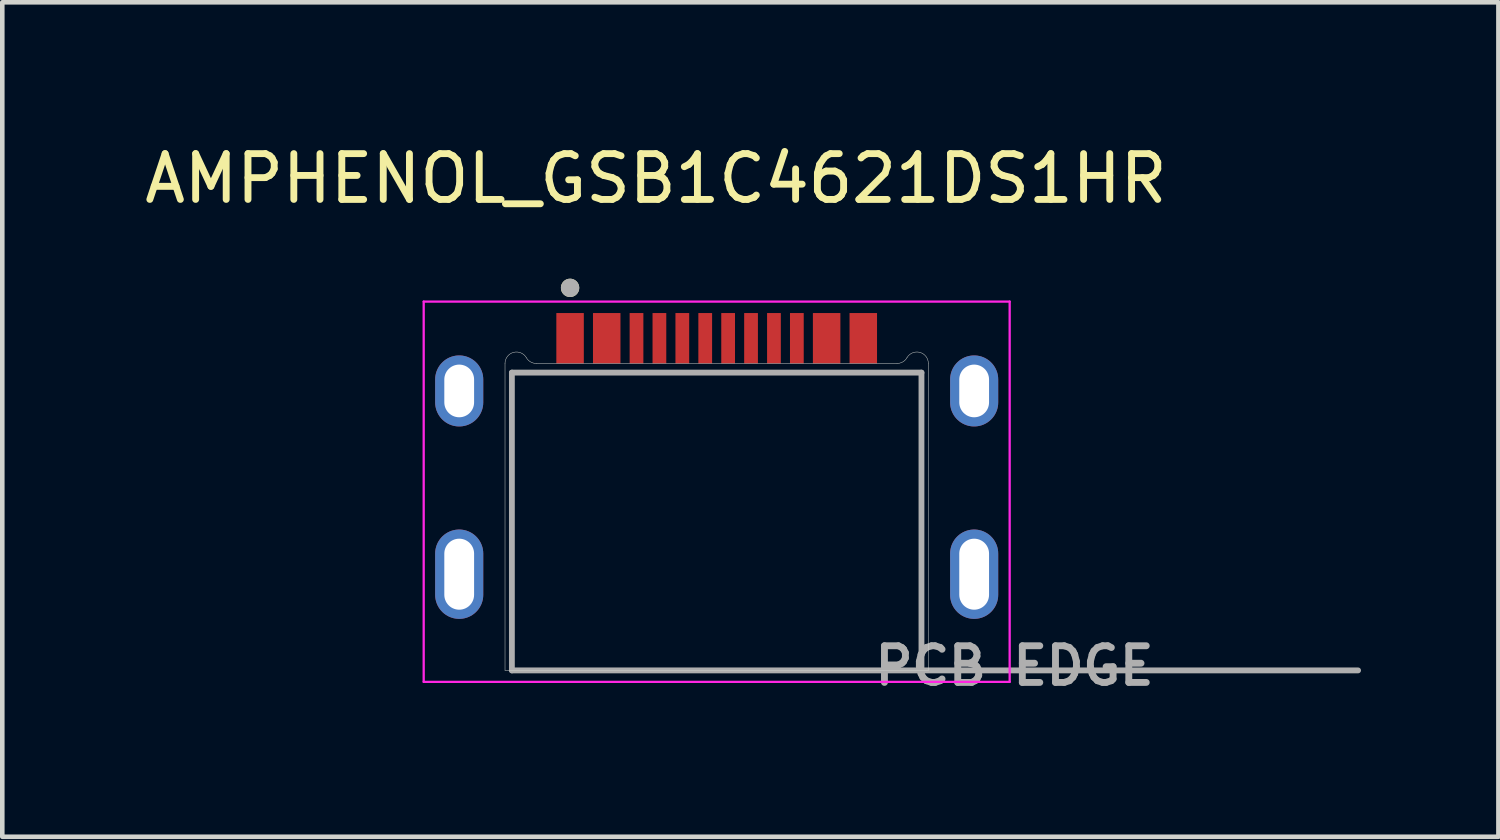
<source format=kicad_pcb>
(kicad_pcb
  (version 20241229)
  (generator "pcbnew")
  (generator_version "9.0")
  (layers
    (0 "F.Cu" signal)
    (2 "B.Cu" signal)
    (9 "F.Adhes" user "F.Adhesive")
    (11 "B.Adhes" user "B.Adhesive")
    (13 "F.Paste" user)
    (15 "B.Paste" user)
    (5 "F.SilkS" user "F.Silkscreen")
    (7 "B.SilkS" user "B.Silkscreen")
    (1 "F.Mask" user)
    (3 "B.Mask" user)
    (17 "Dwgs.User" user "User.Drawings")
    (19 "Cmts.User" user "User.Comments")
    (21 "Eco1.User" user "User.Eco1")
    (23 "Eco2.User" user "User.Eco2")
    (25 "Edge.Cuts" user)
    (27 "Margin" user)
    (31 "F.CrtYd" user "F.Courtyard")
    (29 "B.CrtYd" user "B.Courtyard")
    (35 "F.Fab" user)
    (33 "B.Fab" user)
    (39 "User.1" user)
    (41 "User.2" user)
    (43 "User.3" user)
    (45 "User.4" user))
  (footprint "AMPHENOL_GSB1C4621DS1HR"
    (layer "F.Cu")
    (at 12.593 9.483)
    (property "Reference" "AMPHENOL_GSB1C4621DS1HR" (at -1.325 -8.635 0) (layer "F.SilkS") (effects (font (size 1 1) (thickness 0.15))))
    (attr smd)
    (fp_poly (pts (xy -3.55 -5.75) (xy -2.85 -5.75) (xy -2.85 -4.55) (xy -3.55 -4.55)) (stroke (width 0.01) (type solid)) (fill yes) (layer "F.Mask"))
    (fp_poly (pts (xy -2.75 -5.75) (xy -2.05 -5.75) (xy -2.05 -4.55) (xy -2.75 -4.55)) (stroke (width 0.01) (type solid)) (fill yes) (layer "F.Mask"))
    (fp_poly (pts (xy -1.95 -5.75) (xy -1.55 -5.75) (xy -1.55 -4.55) (xy -1.95 -4.55)) (stroke (width 0.01) (type solid)) (fill yes) (layer "F.Mask"))
    (fp_poly (pts (xy -1.45 -5.75) (xy -1.05 -5.75) (xy -1.05 -4.55) (xy -1.45 -4.55)) (stroke (width 0.01) (type solid)) (fill yes) (layer "F.Mask"))
    (fp_poly (pts (xy -0.95 -5.75) (xy -0.55 -5.75) (xy -0.55 -4.55) (xy -0.95 -4.55)) (stroke (width 0.01) (type solid)) (fill yes) (layer "F.Mask"))
    (fp_poly (pts (xy -0.45 -5.75) (xy -0.05 -5.75) (xy -0.05 -4.55) (xy -0.45 -4.55)) (stroke (width 0.01) (type solid)) (fill yes) (layer "F.Mask"))
    (fp_poly (pts (xy 0.05 -5.75) (xy 0.45 -5.75) (xy 0.45 -4.55) (xy 0.05 -4.55)) (stroke (width 0.01) (type solid)) (fill yes) (layer "F.Mask"))
    (fp_poly (pts (xy 0.55 -5.75) (xy 0.95 -5.75) (xy 0.95 -4.55) (xy 0.55 -4.55)) (stroke (width 0.01) (type solid)) (fill yes) (layer "F.Mask"))
    (fp_poly (pts (xy 1.05 -5.75) (xy 1.45 -5.75) (xy 1.45 -4.55) (xy 1.05 -4.55)) (stroke (width 0.01) (type solid)) (fill yes) (layer "F.Mask"))
    (fp_poly (pts (xy 1.55 -5.75) (xy 1.95 -5.75) (xy 1.95 -4.55) (xy 1.55 -4.55)) (stroke (width 0.01) (type solid)) (fill yes) (layer "F.Mask"))
    (fp_poly (pts (xy 2.05 -5.75) (xy 2.75 -5.75) (xy 2.75 -4.55) (xy 2.05 -4.55)) (stroke (width 0.01) (type solid)) (fill yes) (layer "F.Mask"))
    (fp_poly (pts (xy 2.85 -5.75) (xy 3.55 -5.75) (xy 3.55 -4.55) (xy 2.85 -4.55)) (stroke (width 0.01) (type solid)) (fill yes) (layer "F.Mask"))
    (fp_circle (center -3.2 -6.25) (end -3.1 -6.25) (stroke (width 0.2) (type solid)) (fill no) (layer "F.SilkS"))
    (fp_line (start -4.62 -4.6) (end -4.62 2.1) (stroke (width 0.01) (type solid)) (layer "Edge.Cuts"))
    (fp_line (start -4.62 2.1) (end 4.62 2.1) (stroke (width 0.01) (type solid)) (layer "Edge.Cuts"))
    (fp_line (start 3.937 -4.6) (end -3.937 -4.6) (stroke (width 0.01) (type solid)) (layer "Edge.Cuts"))
    (fp_line (start 4.62 2.1) (end 4.62 -4.6) (stroke (width 0.01) (type solid)) (layer "Edge.Cuts"))
    (fp_arc (start -4.62 -4.6) (mid -4.434708 -4.841479) (end -4.1535 -4.725) (stroke (width 0.01) (type solid)) (layer "Edge.Cuts"))
    (fp_arc (start -3.937 -4.6) (mid -4.061997 -4.633495) (end -4.1535 -4.725) (stroke (width 0.01) (type solid)) (layer "Edge.Cuts"))
    (fp_arc (start 4.1535 -4.725) (mid 4.061997 -4.633495) (end 3.937 -4.6) (stroke (width 0.01) (type solid)) (layer "Edge.Cuts"))
    (fp_arc (start 4.1535 -4.725) (mid 4.434708 -4.841479) (end 4.62 -4.6) (stroke (width 0.01) (type solid)) (layer "Edge.Cuts"))
    (fp_line (start -6.395 -5.95) (end 6.395 -5.95) (stroke (width 0.05) (type solid)) (layer "F.CrtYd"))
    (fp_line (start -6.395 2.35) (end -6.395 -5.95) (stroke (width 0.05) (type solid)) (layer "F.CrtYd"))
    (fp_line (start 6.395 -5.95) (end 6.395 2.35) (stroke (width 0.05) (type solid)) (layer "F.CrtYd"))
    (fp_line (start 6.395 2.35) (end -6.395 2.35) (stroke (width 0.05) (type solid)) (layer "F.CrtYd"))
    (fp_line (start -4.47 -4.4) (end 4.47 -4.4) (stroke (width 0.127) (type solid)) (layer "F.Fab"))
    (fp_line (start -4.47 2.1) (end -4.47 -4.4) (stroke (width 0.127) (type solid)) (layer "F.Fab"))
    (fp_line (start 4.47 -4.4) (end 4.47 2.1) (stroke (width 0.127) (type solid)) (layer "F.Fab"))
    (fp_line (start 4.47 2.1) (end -4.47 2.1) (stroke (width 0.127) (type solid)) (layer "F.Fab"))
    (fp_line (start 4.47 2.1) (end 14 2.1) (stroke (width 0.127) (type solid)) (layer "F.Fab"))
    (fp_circle (center -3.2 -6.25) (end -3.1 -6.25) (stroke (width 0.2) (type solid)) (fill no) (layer "F.Fab"))
    (fp_text user "PCB EDGE" (at 6.5 2 0) (layer "F.Fab") (effects (font (size 0.8 0.8) (thickness 0.15))))
    (pad "A1_B12" smd rect (at -3.2 -5.15) (size 0.6 1.1) (layers "F.Cu" "F.Paste"))
    (pad "A4_B9" smd rect (at -2.4 -5.15) (size 0.6 1.1) (layers "F.Cu" "F.Paste"))
    (pad "A5" smd rect (at -1.25 -5.15) (size 0.3 1.1) (layers "F.Cu" "F.Paste"))
    (pad "A6" smd rect (at -0.25 -5.15) (size 0.3 1.1) (layers "F.Cu" "F.Paste"))
    (pad "A7" smd rect (at 0.25 -5.15) (size 0.3 1.1) (layers "F.Cu" "F.Paste"))
    (pad "A8" smd rect (at 1.25 -5.15) (size 0.3 1.1) (layers "F.Cu" "F.Paste"))
    (pad "B1_A12" smd rect (at 3.2 -5.15) (size 0.6 1.1) (layers "F.Cu" "F.Paste"))
    (pad "B4_A9" smd rect (at 2.4 -5.15) (size 0.6 1.1) (layers "F.Cu" "F.Paste"))
    (pad "B5" smd rect (at 1.75 -5.15) (size 0.3 1.1) (layers "F.Cu" "F.Paste"))
    (pad "B6" smd rect (at 0.75 -5.15) (size 0.3 1.1) (layers "F.Cu" "F.Paste"))
    (pad "B7" smd rect (at -0.75 -5.15) (size 0.3 1.1) (layers "F.Cu" "F.Paste"))
    (pad "B8" smd rect (at -1.75 -5.15) (size 0.3 1.1) (layers "F.Cu" "F.Paste"))
    (pad "SH1" thru_hole oval (at -5.62 -4) (size 1.05 1.55) (drill oval 0.65 1.15) (layers "*.Cu" "*.Mask"))
    (pad "SH2" thru_hole oval (at 5.62 -4) (size 1.05 1.55) (drill oval 0.65 1.15) (layers "*.Cu" "*.Mask"))
    (pad "SH3" thru_hole oval (at -5.62 0) (size 1.05 1.95) (drill oval 0.65 1.55) (layers "*.Cu" "*.Mask"))
    (pad "SH4" thru_hole oval (at 5.62 0) (size 1.05 1.95) (drill oval 0.65 1.55) (layers "*.Cu" "*.Mask")))
  (gr_rect
    (start -3 -3)
    (end 29.656 15.214)
    (stroke (width 0.1) (type default))
    (fill no)
    (layer "Edge.Cuts")))
</source>
